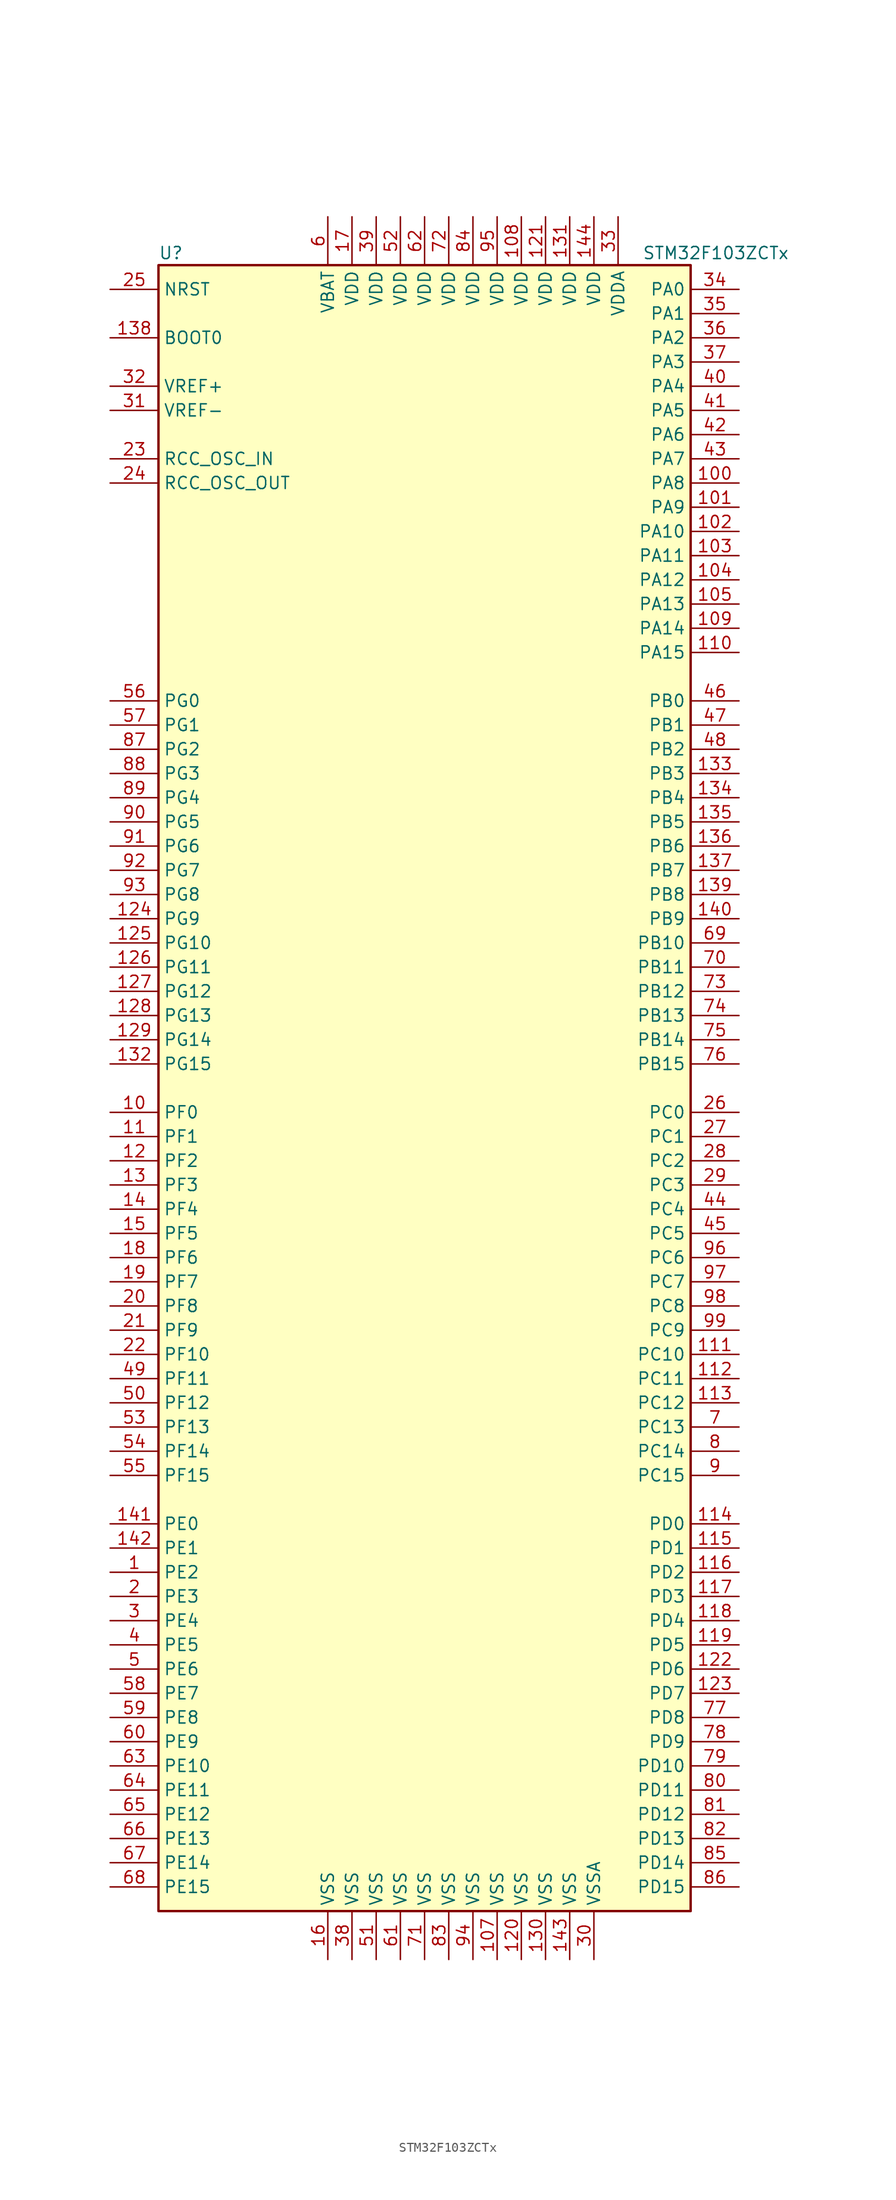
<source format=kicad_sym>
(kicad_symbol_lib
  (version 20201005)
  (generator kicad_symbol_editor)
  (symbol "STM32F103ZCTx"
    (property "Reference" "U"
      (at -27.94 87.63 0)
      (effects (font (size 1.27 1.27)) (justify left)))
    (property "Value" "STM32F103ZCTx"
      (at 22.86 87.63 0)
      (effects (font (size 1.27 1.27)) (justify left)))
    (symbol "STM32F103ZCTx_0_1"
      (rectangle (start -27.94 -86.36) (end 27.94 86.36) (stroke (width 0.254)) (fill (type background))))
    (symbol "STM32F103ZCTx_1_1"
      (pin bidirectional line (at -33.02 -50.8 0) (length 5.08) (name "PE2" (effects (font (size 1.27 1.27)))) (number "1" (effects (font (size 1.27 1.27)))))
      (pin bidirectional line (at -33.02 -2.54 0) (length 5.08) (name "PF0" (effects (font (size 1.27 1.27)))) (number "10" (effects (font (size 1.27 1.27)))))
      (pin bidirectional line (at 33.02 63.5 180) (length 5.08) (name "PA8" (effects (font (size 1.27 1.27)))) (number "100" (effects (font (size 1.27 1.27)))))
      (pin bidirectional line (at 33.02 60.96 180) (length 5.08) (name "PA9" (effects (font (size 1.27 1.27)))) (number "101" (effects (font (size 1.27 1.27)))))
      (pin bidirectional line (at 33.02 58.42 180) (length 5.08) (name "PA10" (effects (font (size 1.27 1.27)))) (number "102" (effects (font (size 1.27 1.27)))))
      (pin bidirectional line (at 33.02 55.88 180) (length 5.08) (name "PA11" (effects (font (size 1.27 1.27)))) (number "103" (effects (font (size 1.27 1.27)))))
      (pin bidirectional line (at 33.02 53.34 180) (length 5.08) (name "PA12" (effects (font (size 1.27 1.27)))) (number "104" (effects (font (size 1.27 1.27)))))
      (pin bidirectional line (at 33.02 50.8 180) (length 5.08) (name "PA13" (effects (font (size 1.27 1.27)))) (number "105" (effects (font (size 1.27 1.27)))))
      (pin no_connect line (at -27.94 -83.82 0) (length 5.08) hide (name "NC" (effects (font (size 1.27 1.27)))) (number "106" (effects (font (size 1.27 1.27)))))
      (pin power_in line (at 7.62 -91.44 90) (length 5.08) (name "VSS" (effects (font (size 1.27 1.27)))) (number "107" (effects (font (size 1.27 1.27)))))
      (pin power_in line (at 10.16 91.44 270) (length 5.08) (name "VDD" (effects (font (size 1.27 1.27)))) (number "108" (effects (font (size 1.27 1.27)))))
      (pin bidirectional line (at 33.02 48.26 180) (length 5.08) (name "PA14" (effects (font (size 1.27 1.27)))) (number "109" (effects (font (size 1.27 1.27)))))
      (pin bidirectional line (at -33.02 -5.08 0) (length 5.08) (name "PF1" (effects (font (size 1.27 1.27)))) (number "11" (effects (font (size 1.27 1.27)))))
      (pin bidirectional line (at 33.02 45.72 180) (length 5.08) (name "PA15" (effects (font (size 1.27 1.27)))) (number "110" (effects (font (size 1.27 1.27)))))
      (pin bidirectional line (at 33.02 -27.94 180) (length 5.08) (name "PC10" (effects (font (size 1.27 1.27)))) (number "111" (effects (font (size 1.27 1.27)))))
      (pin bidirectional line (at 33.02 -30.48 180) (length 5.08) (name "PC11" (effects (font (size 1.27 1.27)))) (number "112" (effects (font (size 1.27 1.27)))))
      (pin bidirectional line (at 33.02 -33.02 180) (length 5.08) (name "PC12" (effects (font (size 1.27 1.27)))) (number "113" (effects (font (size 1.27 1.27)))))
      (pin bidirectional line (at 33.02 -45.72 180) (length 5.08) (name "PD0" (effects (font (size 1.27 1.27)))) (number "114" (effects (font (size 1.27 1.27)))))
      (pin bidirectional line (at 33.02 -48.26 180) (length 5.08) (name "PD1" (effects (font (size 1.27 1.27)))) (number "115" (effects (font (size 1.27 1.27)))))
      (pin bidirectional line (at 33.02 -50.8 180) (length 5.08) (name "PD2" (effects (font (size 1.27 1.27)))) (number "116" (effects (font (size 1.27 1.27)))))
      (pin bidirectional line (at 33.02 -53.34 180) (length 5.08) (name "PD3" (effects (font (size 1.27 1.27)))) (number "117" (effects (font (size 1.27 1.27)))))
      (pin bidirectional line (at 33.02 -55.88 180) (length 5.08) (name "PD4" (effects (font (size 1.27 1.27)))) (number "118" (effects (font (size 1.27 1.27)))))
      (pin bidirectional line (at 33.02 -58.42 180) (length 5.08) (name "PD5" (effects (font (size 1.27 1.27)))) (number "119" (effects (font (size 1.27 1.27)))))
      (pin bidirectional line (at -33.02 -7.62 0) (length 5.08) (name "PF2" (effects (font (size 1.27 1.27)))) (number "12" (effects (font (size 1.27 1.27)))))
      (pin power_in line (at 10.16 -91.44 90) (length 5.08) (name "VSS" (effects (font (size 1.27 1.27)))) (number "120" (effects (font (size 1.27 1.27)))))
      (pin power_in line (at 12.7 91.44 270) (length 5.08) (name "VDD" (effects (font (size 1.27 1.27)))) (number "121" (effects (font (size 1.27 1.27)))))
      (pin bidirectional line (at 33.02 -60.96 180) (length 5.08) (name "PD6" (effects (font (size 1.27 1.27)))) (number "122" (effects (font (size 1.27 1.27)))))
      (pin bidirectional line (at 33.02 -63.5 180) (length 5.08) (name "PD7" (effects (font (size 1.27 1.27)))) (number "123" (effects (font (size 1.27 1.27)))))
      (pin bidirectional line (at -33.02 17.78 0) (length 5.08) (name "PG9" (effects (font (size 1.27 1.27)))) (number "124" (effects (font (size 1.27 1.27)))))
      (pin bidirectional line (at -33.02 15.24 0) (length 5.08) (name "PG10" (effects (font (size 1.27 1.27)))) (number "125" (effects (font (size 1.27 1.27)))))
      (pin bidirectional line (at -33.02 12.7 0) (length 5.08) (name "PG11" (effects (font (size 1.27 1.27)))) (number "126" (effects (font (size 1.27 1.27)))))
      (pin bidirectional line (at -33.02 10.16 0) (length 5.08) (name "PG12" (effects (font (size 1.27 1.27)))) (number "127" (effects (font (size 1.27 1.27)))))
      (pin bidirectional line (at -33.02 7.62 0) (length 5.08) (name "PG13" (effects (font (size 1.27 1.27)))) (number "128" (effects (font (size 1.27 1.27)))))
      (pin bidirectional line (at -33.02 5.08 0) (length 5.08) (name "PG14" (effects (font (size 1.27 1.27)))) (number "129" (effects (font (size 1.27 1.27)))))
      (pin bidirectional line (at -33.02 -10.16 0) (length 5.08) (name "PF3" (effects (font (size 1.27 1.27)))) (number "13" (effects (font (size 1.27 1.27)))))
      (pin power_in line (at 12.7 -91.44 90) (length 5.08) (name "VSS" (effects (font (size 1.27 1.27)))) (number "130" (effects (font (size 1.27 1.27)))))
      (pin power_in line (at 15.24 91.44 270) (length 5.08) (name "VDD" (effects (font (size 1.27 1.27)))) (number "131" (effects (font (size 1.27 1.27)))))
      (pin bidirectional line (at -33.02 2.54 0) (length 5.08) (name "PG15" (effects (font (size 1.27 1.27)))) (number "132" (effects (font (size 1.27 1.27)))))
      (pin bidirectional line (at 33.02 33.02 180) (length 5.08) (name "PB3" (effects (font (size 1.27 1.27)))) (number "133" (effects (font (size 1.27 1.27)))))
      (pin bidirectional line (at 33.02 30.48 180) (length 5.08) (name "PB4" (effects (font (size 1.27 1.27)))) (number "134" (effects (font (size 1.27 1.27)))))
      (pin bidirectional line (at 33.02 27.94 180) (length 5.08) (name "PB5" (effects (font (size 1.27 1.27)))) (number "135" (effects (font (size 1.27 1.27)))))
      (pin bidirectional line (at 33.02 25.4 180) (length 5.08) (name "PB6" (effects (font (size 1.27 1.27)))) (number "136" (effects (font (size 1.27 1.27)))))
      (pin bidirectional line (at 33.02 22.86 180) (length 5.08) (name "PB7" (effects (font (size 1.27 1.27)))) (number "137" (effects (font (size 1.27 1.27)))))
      (pin input line (at -33.02 78.74 0) (length 5.08) (name "BOOT0" (effects (font (size 1.27 1.27)))) (number "138" (effects (font (size 1.27 1.27)))))
      (pin bidirectional line (at 33.02 20.32 180) (length 5.08) (name "PB8" (effects (font (size 1.27 1.27)))) (number "139" (effects (font (size 1.27 1.27)))))
      (pin bidirectional line (at -33.02 -12.7 0) (length 5.08) (name "PF4" (effects (font (size 1.27 1.27)))) (number "14" (effects (font (size 1.27 1.27)))))
      (pin bidirectional line (at 33.02 17.78 180) (length 5.08) (name "PB9" (effects (font (size 1.27 1.27)))) (number "140" (effects (font (size 1.27 1.27)))))
      (pin bidirectional line (at -33.02 -45.72 0) (length 5.08) (name "PE0" (effects (font (size 1.27 1.27)))) (number "141" (effects (font (size 1.27 1.27)))))
      (pin bidirectional line (at -33.02 -48.26 0) (length 5.08) (name "PE1" (effects (font (size 1.27 1.27)))) (number "142" (effects (font (size 1.27 1.27)))))
      (pin power_in line (at 15.24 -91.44 90) (length 5.08) (name "VSS" (effects (font (size 1.27 1.27)))) (number "143" (effects (font (size 1.27 1.27)))))
      (pin power_in line (at 17.78 91.44 270) (length 5.08) (name "VDD" (effects (font (size 1.27 1.27)))) (number "144" (effects (font (size 1.27 1.27)))))
      (pin bidirectional line (at -33.02 -15.24 0) (length 5.08) (name "PF5" (effects (font (size 1.27 1.27)))) (number "15" (effects (font (size 1.27 1.27)))))
      (pin power_in line (at -10.16 -91.44 90) (length 5.08) (name "VSS" (effects (font (size 1.27 1.27)))) (number "16" (effects (font (size 1.27 1.27)))))
      (pin power_in line (at -7.62 91.44 270) (length 5.08) (name "VDD" (effects (font (size 1.27 1.27)))) (number "17" (effects (font (size 1.27 1.27)))))
      (pin bidirectional line (at -33.02 -17.78 0) (length 5.08) (name "PF6" (effects (font (size 1.27 1.27)))) (number "18" (effects (font (size 1.27 1.27)))))
      (pin bidirectional line (at -33.02 -20.32 0) (length 5.08) (name "PF7" (effects (font (size 1.27 1.27)))) (number "19" (effects (font (size 1.27 1.27)))))
      (pin bidirectional line (at -33.02 -53.34 0) (length 5.08) (name "PE3" (effects (font (size 1.27 1.27)))) (number "2" (effects (font (size 1.27 1.27)))))
      (pin bidirectional line (at -33.02 -22.86 0) (length 5.08) (name "PF8" (effects (font (size 1.27 1.27)))) (number "20" (effects (font (size 1.27 1.27)))))
      (pin bidirectional line (at -33.02 -25.4 0) (length 5.08) (name "PF9" (effects (font (size 1.27 1.27)))) (number "21" (effects (font (size 1.27 1.27)))))
      (pin bidirectional line (at -33.02 -27.94 0) (length 5.08) (name "PF10" (effects (font (size 1.27 1.27)))) (number "22" (effects (font (size 1.27 1.27)))))
      (pin input line (at -33.02 66.04 0) (length 5.08) (name "RCC_OSC_IN" (effects (font (size 1.27 1.27)))) (number "23" (effects (font (size 1.27 1.27)))))
      (pin input line (at -33.02 63.5 0) (length 5.08) (name "RCC_OSC_OUT" (effects (font (size 1.27 1.27)))) (number "24" (effects (font (size 1.27 1.27)))))
      (pin input line (at -33.02 83.82 0) (length 5.08) (name "NRST" (effects (font (size 1.27 1.27)))) (number "25" (effects (font (size 1.27 1.27)))))
      (pin bidirectional line (at 33.02 -2.54 180) (length 5.08) (name "PC0" (effects (font (size 1.27 1.27)))) (number "26" (effects (font (size 1.27 1.27)))))
      (pin bidirectional line (at 33.02 -5.08 180) (length 5.08) (name "PC1" (effects (font (size 1.27 1.27)))) (number "27" (effects (font (size 1.27 1.27)))))
      (pin bidirectional line (at 33.02 -7.62 180) (length 5.08) (name "PC2" (effects (font (size 1.27 1.27)))) (number "28" (effects (font (size 1.27 1.27)))))
      (pin bidirectional line (at 33.02 -10.16 180) (length 5.08) (name "PC3" (effects (font (size 1.27 1.27)))) (number "29" (effects (font (size 1.27 1.27)))))
      (pin bidirectional line (at -33.02 -55.88 0) (length 5.08) (name "PE4" (effects (font (size 1.27 1.27)))) (number "3" (effects (font (size 1.27 1.27)))))
      (pin power_in line (at 17.78 -91.44 90) (length 5.08) (name "VSSA" (effects (font (size 1.27 1.27)))) (number "30" (effects (font (size 1.27 1.27)))))
      (pin power_in line (at -33.02 71.12 0) (length 5.08) (name "VREF-" (effects (font (size 1.27 1.27)))) (number "31" (effects (font (size 1.27 1.27)))))
      (pin power_in line (at -33.02 73.66 0) (length 5.08) (name "VREF+" (effects (font (size 1.27 1.27)))) (number "32" (effects (font (size 1.27 1.27)))))
      (pin power_in line (at 20.32 91.44 270) (length 5.08) (name "VDDA" (effects (font (size 1.27 1.27)))) (number "33" (effects (font (size 1.27 1.27)))))
      (pin bidirectional line (at 33.02 83.82 180) (length 5.08) (name "PA0" (effects (font (size 1.27 1.27)))) (number "34" (effects (font (size 1.27 1.27)))))
      (pin bidirectional line (at 33.02 81.28 180) (length 5.08) (name "PA1" (effects (font (size 1.27 1.27)))) (number "35" (effects (font (size 1.27 1.27)))))
      (pin bidirectional line (at 33.02 78.74 180) (length 5.08) (name "PA2" (effects (font (size 1.27 1.27)))) (number "36" (effects (font (size 1.27 1.27)))))
      (pin bidirectional line (at 33.02 76.2 180) (length 5.08) (name "PA3" (effects (font (size 1.27 1.27)))) (number "37" (effects (font (size 1.27 1.27)))))
      (pin power_in line (at -7.62 -91.44 90) (length 5.08) (name "VSS" (effects (font (size 1.27 1.27)))) (number "38" (effects (font (size 1.27 1.27)))))
      (pin power_in line (at -5.08 91.44 270) (length 5.08) (name "VDD" (effects (font (size 1.27 1.27)))) (number "39" (effects (font (size 1.27 1.27)))))
      (pin bidirectional line (at -33.02 -58.42 0) (length 5.08) (name "PE5" (effects (font (size 1.27 1.27)))) (number "4" (effects (font (size 1.27 1.27)))))
      (pin bidirectional line (at 33.02 73.66 180) (length 5.08) (name "PA4" (effects (font (size 1.27 1.27)))) (number "40" (effects (font (size 1.27 1.27)))))
      (pin bidirectional line (at 33.02 71.12 180) (length 5.08) (name "PA5" (effects (font (size 1.27 1.27)))) (number "41" (effects (font (size 1.27 1.27)))))
      (pin bidirectional line (at 33.02 68.58 180) (length 5.08) (name "PA6" (effects (font (size 1.27 1.27)))) (number "42" (effects (font (size 1.27 1.27)))))
      (pin bidirectional line (at 33.02 66.04 180) (length 5.08) (name "PA7" (effects (font (size 1.27 1.27)))) (number "43" (effects (font (size 1.27 1.27)))))
      (pin bidirectional line (at 33.02 -12.7 180) (length 5.08) (name "PC4" (effects (font (size 1.27 1.27)))) (number "44" (effects (font (size 1.27 1.27)))))
      (pin bidirectional line (at 33.02 -15.24 180) (length 5.08) (name "PC5" (effects (font (size 1.27 1.27)))) (number "45" (effects (font (size 1.27 1.27)))))
      (pin bidirectional line (at 33.02 40.64 180) (length 5.08) (name "PB0" (effects (font (size 1.27 1.27)))) (number "46" (effects (font (size 1.27 1.27)))))
      (pin bidirectional line (at 33.02 38.1 180) (length 5.08) (name "PB1" (effects (font (size 1.27 1.27)))) (number "47" (effects (font (size 1.27 1.27)))))
      (pin bidirectional line (at 33.02 35.56 180) (length 5.08) (name "PB2" (effects (font (size 1.27 1.27)))) (number "48" (effects (font (size 1.27 1.27)))))
      (pin bidirectional line (at -33.02 -30.48 0) (length 5.08) (name "PF11" (effects (font (size 1.27 1.27)))) (number "49" (effects (font (size 1.27 1.27)))))
      (pin bidirectional line (at -33.02 -60.96 0) (length 5.08) (name "PE6" (effects (font (size 1.27 1.27)))) (number "5" (effects (font (size 1.27 1.27)))))
      (pin bidirectional line (at -33.02 -33.02 0) (length 5.08) (name "PF12" (effects (font (size 1.27 1.27)))) (number "50" (effects (font (size 1.27 1.27)))))
      (pin power_in line (at -5.08 -91.44 90) (length 5.08) (name "VSS" (effects (font (size 1.27 1.27)))) (number "51" (effects (font (size 1.27 1.27)))))
      (pin power_in line (at -2.54 91.44 270) (length 5.08) (name "VDD" (effects (font (size 1.27 1.27)))) (number "52" (effects (font (size 1.27 1.27)))))
      (pin bidirectional line (at -33.02 -35.56 0) (length 5.08) (name "PF13" (effects (font (size 1.27 1.27)))) (number "53" (effects (font (size 1.27 1.27)))))
      (pin bidirectional line (at -33.02 -38.1 0) (length 5.08) (name "PF14" (effects (font (size 1.27 1.27)))) (number "54" (effects (font (size 1.27 1.27)))))
      (pin bidirectional line (at -33.02 -40.64 0) (length 5.08) (name "PF15" (effects (font (size 1.27 1.27)))) (number "55" (effects (font (size 1.27 1.27)))))
      (pin bidirectional line (at -33.02 40.64 0) (length 5.08) (name "PG0" (effects (font (size 1.27 1.27)))) (number "56" (effects (font (size 1.27 1.27)))))
      (pin bidirectional line (at -33.02 38.1 0) (length 5.08) (name "PG1" (effects (font (size 1.27 1.27)))) (number "57" (effects (font (size 1.27 1.27)))))
      (pin bidirectional line (at -33.02 -63.5 0) (length 5.08) (name "PE7" (effects (font (size 1.27 1.27)))) (number "58" (effects (font (size 1.27 1.27)))))
      (pin bidirectional line (at -33.02 -66.04 0) (length 5.08) (name "PE8" (effects (font (size 1.27 1.27)))) (number "59" (effects (font (size 1.27 1.27)))))
      (pin power_in line (at -10.16 91.44 270) (length 5.08) (name "VBAT" (effects (font (size 1.27 1.27)))) (number "6" (effects (font (size 1.27 1.27)))))
      (pin bidirectional line (at -33.02 -68.58 0) (length 5.08) (name "PE9" (effects (font (size 1.27 1.27)))) (number "60" (effects (font (size 1.27 1.27)))))
      (pin power_in line (at -2.54 -91.44 90) (length 5.08) (name "VSS" (effects (font (size 1.27 1.27)))) (number "61" (effects (font (size 1.27 1.27)))))
      (pin power_in line (at 0 91.44 270) (length 5.08) (name "VDD" (effects (font (size 1.27 1.27)))) (number "62" (effects (font (size 1.27 1.27)))))
      (pin bidirectional line (at -33.02 -71.12 0) (length 5.08) (name "PE10" (effects (font (size 1.27 1.27)))) (number "63" (effects (font (size 1.27 1.27)))))
      (pin bidirectional line (at -33.02 -73.66 0) (length 5.08) (name "PE11" (effects (font (size 1.27 1.27)))) (number "64" (effects (font (size 1.27 1.27)))))
      (pin bidirectional line (at -33.02 -76.2 0) (length 5.08) (name "PE12" (effects (font (size 1.27 1.27)))) (number "65" (effects (font (size 1.27 1.27)))))
      (pin bidirectional line (at -33.02 -78.74 0) (length 5.08) (name "PE13" (effects (font (size 1.27 1.27)))) (number "66" (effects (font (size 1.27 1.27)))))
      (pin bidirectional line (at -33.02 -81.28 0) (length 5.08) (name "PE14" (effects (font (size 1.27 1.27)))) (number "67" (effects (font (size 1.27 1.27)))))
      (pin bidirectional line (at -33.02 -83.82 0) (length 5.08) (name "PE15" (effects (font (size 1.27 1.27)))) (number "68" (effects (font (size 1.27 1.27)))))
      (pin bidirectional line (at 33.02 15.24 180) (length 5.08) (name "PB10" (effects (font (size 1.27 1.27)))) (number "69" (effects (font (size 1.27 1.27)))))
      (pin bidirectional line (at 33.02 -35.56 180) (length 5.08) (name "PC13" (effects (font (size 1.27 1.27)))) (number "7" (effects (font (size 1.27 1.27)))))
      (pin bidirectional line (at 33.02 12.7 180) (length 5.08) (name "PB11" (effects (font (size 1.27 1.27)))) (number "70" (effects (font (size 1.27 1.27)))))
      (pin power_in line (at 0 -91.44 90) (length 5.08) (name "VSS" (effects (font (size 1.27 1.27)))) (number "71" (effects (font (size 1.27 1.27)))))
      (pin power_in line (at 2.54 91.44 270) (length 5.08) (name "VDD" (effects (font (size 1.27 1.27)))) (number "72" (effects (font (size 1.27 1.27)))))
      (pin bidirectional line (at 33.02 10.16 180) (length 5.08) (name "PB12" (effects (font (size 1.27 1.27)))) (number "73" (effects (font (size 1.27 1.27)))))
      (pin bidirectional line (at 33.02 7.62 180) (length 5.08) (name "PB13" (effects (font (size 1.27 1.27)))) (number "74" (effects (font (size 1.27 1.27)))))
      (pin bidirectional line (at 33.02 5.08 180) (length 5.08) (name "PB14" (effects (font (size 1.27 1.27)))) (number "75" (effects (font (size 1.27 1.27)))))
      (pin bidirectional line (at 33.02 2.54 180) (length 5.08) (name "PB15" (effects (font (size 1.27 1.27)))) (number "76" (effects (font (size 1.27 1.27)))))
      (pin bidirectional line (at 33.02 -66.04 180) (length 5.08) (name "PD8" (effects (font (size 1.27 1.27)))) (number "77" (effects (font (size 1.27 1.27)))))
      (pin bidirectional line (at 33.02 -68.58 180) (length 5.08) (name "PD9" (effects (font (size 1.27 1.27)))) (number "78" (effects (font (size 1.27 1.27)))))
      (pin bidirectional line (at 33.02 -71.12 180) (length 5.08) (name "PD10" (effects (font (size 1.27 1.27)))) (number "79" (effects (font (size 1.27 1.27)))))
      (pin bidirectional line (at 33.02 -38.1 180) (length 5.08) (name "PC14" (effects (font (size 1.27 1.27)))) (number "8" (effects (font (size 1.27 1.27)))))
      (pin bidirectional line (at 33.02 -73.66 180) (length 5.08) (name "PD11" (effects (font (size 1.27 1.27)))) (number "80" (effects (font (size 1.27 1.27)))))
      (pin bidirectional line (at 33.02 -76.2 180) (length 5.08) (name "PD12" (effects (font (size 1.27 1.27)))) (number "81" (effects (font (size 1.27 1.27)))))
      (pin bidirectional line (at 33.02 -78.74 180) (length 5.08) (name "PD13" (effects (font (size 1.27 1.27)))) (number "82" (effects (font (size 1.27 1.27)))))
      (pin power_in line (at 2.54 -91.44 90) (length 5.08) (name "VSS" (effects (font (size 1.27 1.27)))) (number "83" (effects (font (size 1.27 1.27)))))
      (pin power_in line (at 5.08 91.44 270) (length 5.08) (name "VDD" (effects (font (size 1.27 1.27)))) (number "84" (effects (font (size 1.27 1.27)))))
      (pin bidirectional line (at 33.02 -81.28 180) (length 5.08) (name "PD14" (effects (font (size 1.27 1.27)))) (number "85" (effects (font (size 1.27 1.27)))))
      (pin bidirectional line (at 33.02 -83.82 180) (length 5.08) (name "PD15" (effects (font (size 1.27 1.27)))) (number "86" (effects (font (size 1.27 1.27)))))
      (pin bidirectional line (at -33.02 35.56 0) (length 5.08) (name "PG2" (effects (font (size 1.27 1.27)))) (number "87" (effects (font (size 1.27 1.27)))))
      (pin bidirectional line (at -33.02 33.02 0) (length 5.08) (name "PG3" (effects (font (size 1.27 1.27)))) (number "88" (effects (font (size 1.27 1.27)))))
      (pin bidirectional line (at -33.02 30.48 0) (length 5.08) (name "PG4" (effects (font (size 1.27 1.27)))) (number "89" (effects (font (size 1.27 1.27)))))
      (pin bidirectional line (at 33.02 -40.64 180) (length 5.08) (name "PC15" (effects (font (size 1.27 1.27)))) (number "9" (effects (font (size 1.27 1.27)))))
      (pin bidirectional line (at -33.02 27.94 0) (length 5.08) (name "PG5" (effects (font (size 1.27 1.27)))) (number "90" (effects (font (size 1.27 1.27)))))
      (pin bidirectional line (at -33.02 25.4 0) (length 5.08) (name "PG6" (effects (font (size 1.27 1.27)))) (number "91" (effects (font (size 1.27 1.27)))))
      (pin bidirectional line (at -33.02 22.86 0) (length 5.08) (name "PG7" (effects (font (size 1.27 1.27)))) (number "92" (effects (font (size 1.27 1.27)))))
      (pin bidirectional line (at -33.02 20.32 0) (length 5.08) (name "PG8" (effects (font (size 1.27 1.27)))) (number "93" (effects (font (size 1.27 1.27)))))
      (pin power_in line (at 5.08 -91.44 90) (length 5.08) (name "VSS" (effects (font (size 1.27 1.27)))) (number "94" (effects (font (size 1.27 1.27)))))
      (pin power_in line (at 7.62 91.44 270) (length 5.08) (name "VDD" (effects (font (size 1.27 1.27)))) (number "95" (effects (font (size 1.27 1.27)))))
      (pin bidirectional line (at 33.02 -17.78 180) (length 5.08) (name "PC6" (effects (font (size 1.27 1.27)))) (number "96" (effects (font (size 1.27 1.27)))))
      (pin bidirectional line (at 33.02 -20.32 180) (length 5.08) (name "PC7" (effects (font (size 1.27 1.27)))) (number "97" (effects (font (size 1.27 1.27)))))
      (pin bidirectional line (at 33.02 -22.86 180) (length 5.08) (name "PC8" (effects (font (size 1.27 1.27)))) (number "98" (effects (font (size 1.27 1.27)))))
      (pin bidirectional line (at 33.02 -25.4 180) (length 5.08) (name "PC9" (effects (font (size 1.27 1.27)))) (number "99" (effects (font (size 1.27 1.27))))))))
</source>
